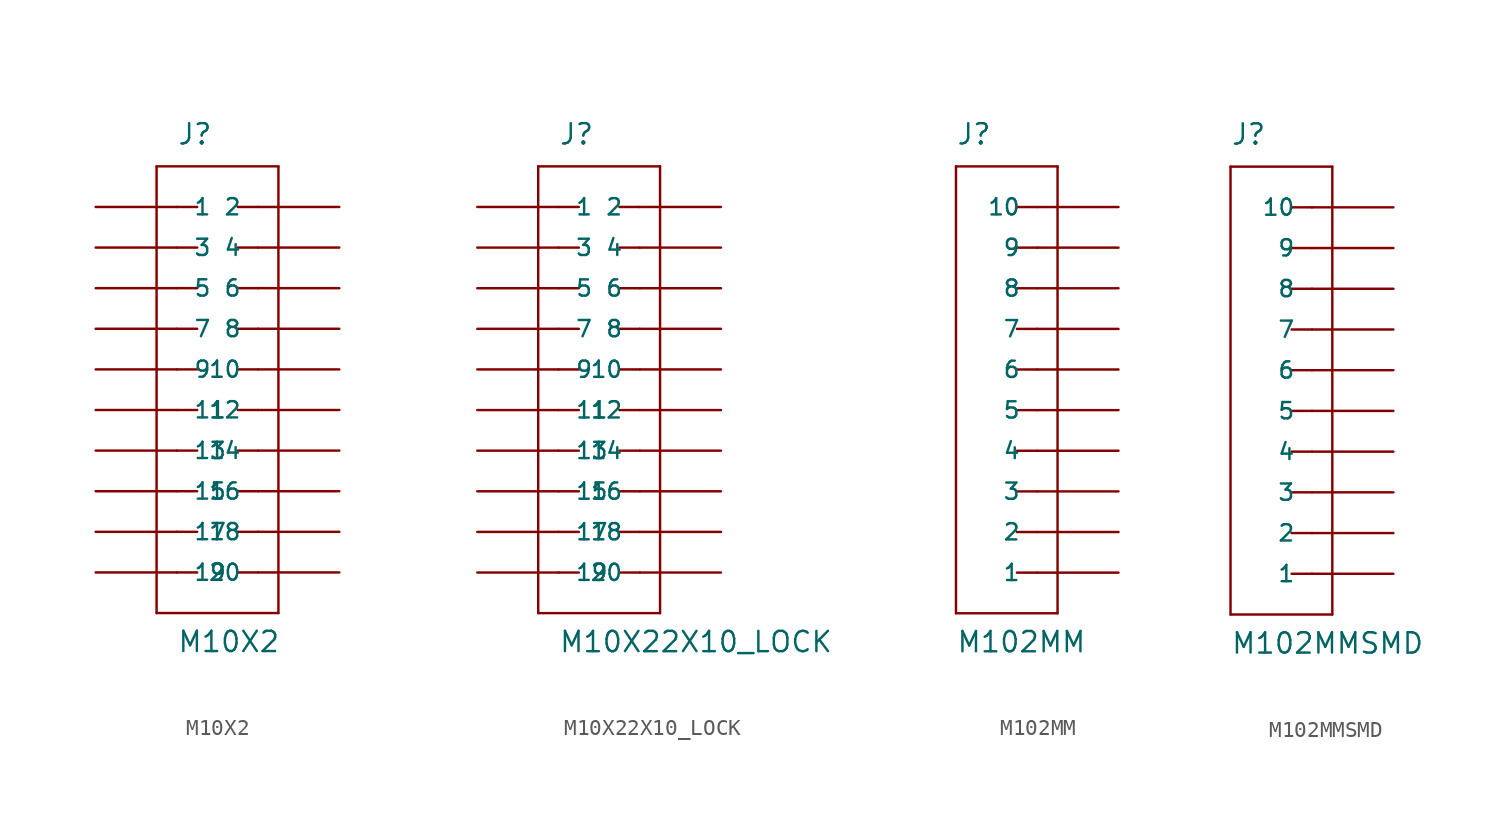
<source format=kicad_sym>
(kicad_symbol_lib
  (version 20211014)
  (generator kicad_symbol_editor)
  (symbol "M10X2"
    (pin_numbers hide)
    (pin_names
      (offset 1.016))
    (property "Reference" "J"
      (at -2.54 13.97 0)
      (effects (font (size 1.27 1.27)) (justify left bottom)))
    (property "Value" "M10X2"
      (at -2.54 -17.78 0)
      (effects (font (size 1.27 1.27)) (justify left bottom)))
    (property "Datasheet" ""
      (at 0 0 0)
      (effects (font (size 1.524 1.524))))
    (property "ki_locked" ""
      (at 0 0 0)
      (effects (font (size 1.27 1.27))))
    (symbol "M10X2_1_0"
      (polyline (pts (xy -3.81 12.7) (xy -3.81 -15.24)) (stroke (width 0) (type default) (color 0 0 0 0)) (fill (type none)))
      (polyline (pts (xy -3.81 12.7) (xy 3.81 12.7)) (stroke (width 0) (type default) (color 0 0 0 0)) (fill (type none)))
      (polyline (pts (xy -1.27 -12.7) (xy -2.54 -12.7)) (stroke (width 0) (type default) (color 0 0 0 0)) (fill (type none)))
      (polyline (pts (xy -1.27 -10.16) (xy -2.54 -10.16)) (stroke (width 0) (type default) (color 0 0 0 0)) (fill (type none)))
      (polyline (pts (xy -1.27 -7.62) (xy -2.54 -7.62)) (stroke (width 0) (type default) (color 0 0 0 0)) (fill (type none)))
      (polyline (pts (xy -1.27 -5.08) (xy -2.54 -5.08)) (stroke (width 0) (type default) (color 0 0 0 0)) (fill (type none)))
      (polyline (pts (xy -1.27 -2.54) (xy -2.54 -2.54)) (stroke (width 0) (type default) (color 0 0 0 0)) (fill (type none)))
      (polyline (pts (xy -1.27 0) (xy -2.54 0)) (stroke (width 0) (type default) (color 0 0 0 0)) (fill (type none)))
      (polyline (pts (xy -1.27 2.54) (xy -2.54 2.54)) (stroke (width 0) (type default) (color 0 0 0 0)) (fill (type none)))
      (polyline (pts (xy -1.27 5.08) (xy -2.54 5.08)) (stroke (width 0) (type default) (color 0 0 0 0)) (fill (type none)))
      (polyline (pts (xy -1.27 7.62) (xy -2.54 7.62)) (stroke (width 0) (type default) (color 0 0 0 0)) (fill (type none)))
      (polyline (pts (xy -1.27 10.16) (xy -2.54 10.16)) (stroke (width 0) (type default) (color 0 0 0 0)) (fill (type none)))
      (polyline (pts (xy 1.27 -12.7) (xy 2.54 -12.7)) (stroke (width 0) (type default) (color 0 0 0 0)) (fill (type none)))
      (polyline (pts (xy 1.27 -10.16) (xy 2.54 -10.16)) (stroke (width 0) (type default) (color 0 0 0 0)) (fill (type none)))
      (polyline (pts (xy 1.27 -7.62) (xy 2.54 -7.62)) (stroke (width 0) (type default) (color 0 0 0 0)) (fill (type none)))
      (polyline (pts (xy 1.27 -5.08) (xy 2.54 -5.08)) (stroke (width 0) (type default) (color 0 0 0 0)) (fill (type none)))
      (polyline (pts (xy 1.27 -2.54) (xy 2.54 -2.54)) (stroke (width 0) (type default) (color 0 0 0 0)) (fill (type none)))
      (polyline (pts (xy 1.27 0) (xy 2.54 0)) (stroke (width 0) (type default) (color 0 0 0 0)) (fill (type none)))
      (polyline (pts (xy 1.27 2.54) (xy 2.54 2.54)) (stroke (width 0) (type default) (color 0 0 0 0)) (fill (type none)))
      (polyline (pts (xy 1.27 5.08) (xy 2.54 5.08)) (stroke (width 0) (type default) (color 0 0 0 0)) (fill (type none)))
      (polyline (pts (xy 1.27 7.62) (xy 2.54 7.62)) (stroke (width 0) (type default) (color 0 0 0 0)) (fill (type none)))
      (polyline (pts (xy 1.27 10.16) (xy 2.54 10.16)) (stroke (width 0) (type default) (color 0 0 0 0)) (fill (type none)))
      (polyline (pts (xy 3.81 -15.24) (xy -3.81 -15.24)) (stroke (width 0) (type default) (color 0 0 0 0)) (fill (type none)))
      (polyline (pts (xy 3.81 -15.24) (xy 3.81 12.7)) (stroke (width 0) (type default) (color 0 0 0 0)) (fill (type none))))
    (symbol "M10X2_1_1"
      (pin passive line (at -7.62 10.16 0) (length 5.08) (name "1" (effects (font (size 1.016 1.016)))) (number "1" (effects (font (size 1.016 1.016)))))
      (pin passive line (at 7.62 0 180) (length 5.08) (name "10" (effects (font (size 1.016 1.016)))) (number "10" (effects (font (size 1.016 1.016)))))
      (pin passive line (at -7.62 -2.54 0) (length 5.08) (name "11" (effects (font (size 1.016 1.016)))) (number "11" (effects (font (size 1.016 1.016)))))
      (pin passive line (at 7.62 -2.54 180) (length 5.08) (name "12" (effects (font (size 1.016 1.016)))) (number "12" (effects (font (size 1.016 1.016)))))
      (pin passive line (at -7.62 -5.08 0) (length 5.08) (name "13" (effects (font (size 1.016 1.016)))) (number "13" (effects (font (size 1.016 1.016)))))
      (pin passive line (at 7.62 -5.08 180) (length 5.08) (name "14" (effects (font (size 1.016 1.016)))) (number "14" (effects (font (size 1.016 1.016)))))
      (pin passive line (at -7.62 -7.62 0) (length 5.08) (name "15" (effects (font (size 1.016 1.016)))) (number "15" (effects (font (size 1.016 1.016)))))
      (pin passive line (at 7.62 -7.62 180) (length 5.08) (name "16" (effects (font (size 1.016 1.016)))) (number "16" (effects (font (size 1.016 1.016)))))
      (pin passive line (at -7.62 -10.16 0) (length 5.08) (name "17" (effects (font (size 1.016 1.016)))) (number "17" (effects (font (size 1.016 1.016)))))
      (pin passive line (at 7.62 -10.16 180) (length 5.08) (name "18" (effects (font (size 1.016 1.016)))) (number "18" (effects (font (size 1.016 1.016)))))
      (pin passive line (at -7.62 -12.7 0) (length 5.08) (name "19" (effects (font (size 1.016 1.016)))) (number "19" (effects (font (size 1.016 1.016)))))
      (pin passive line (at 7.62 10.16 180) (length 5.08) (name "2" (effects (font (size 1.016 1.016)))) (number "2" (effects (font (size 1.016 1.016)))))
      (pin passive line (at 7.62 -12.7 180) (length 5.08) (name "20" (effects (font (size 1.016 1.016)))) (number "20" (effects (font (size 1.016 1.016)))))
      (pin passive line (at -7.62 7.62 0) (length 5.08) (name "3" (effects (font (size 1.016 1.016)))) (number "3" (effects (font (size 1.016 1.016)))))
      (pin passive line (at 7.62 7.62 180) (length 5.08) (name "4" (effects (font (size 1.016 1.016)))) (number "4" (effects (font (size 1.016 1.016)))))
      (pin passive line (at -7.62 5.08 0) (length 5.08) (name "5" (effects (font (size 1.016 1.016)))) (number "5" (effects (font (size 1.016 1.016)))))
      (pin passive line (at 7.62 5.08 180) (length 5.08) (name "6" (effects (font (size 1.016 1.016)))) (number "6" (effects (font (size 1.016 1.016)))))
      (pin passive line (at -7.62 2.54 0) (length 5.08) (name "7" (effects (font (size 1.016 1.016)))) (number "7" (effects (font (size 1.016 1.016)))))
      (pin passive line (at 7.62 2.54 180) (length 5.08) (name "8" (effects (font (size 1.016 1.016)))) (number "8" (effects (font (size 1.016 1.016)))))
      (pin passive line (at -7.62 0 0) (length 5.08) (name "9" (effects (font (size 1.016 1.016)))) (number "9" (effects (font (size 1.016 1.016)))))))
  (symbol "M10X22X10_LOCK"
    (pin_numbers hide)
    (pin_names
      (offset 1.016))
    (property "Reference" "J"
      (at -2.54 13.97 0)
      (effects (font (size 1.27 1.27)) (justify left bottom)))
    (property "Value" "M10X22X10_LOCK"
      (at -2.54 -17.78 0)
      (effects (font (size 1.27 1.27)) (justify left bottom)))
    (property "Datasheet" ""
      (at 0 0 0)
      (effects (font (size 1.524 1.524))))
    (property "ki_locked" ""
      (at 0 0 0)
      (effects (font (size 1.27 1.27))))
    (symbol "M10X22X10_LOCK_1_0"
      (polyline (pts (xy -3.81 12.7) (xy -3.81 -15.24)) (stroke (width 0) (type default) (color 0 0 0 0)) (fill (type none)))
      (polyline (pts (xy -3.81 12.7) (xy 3.81 12.7)) (stroke (width 0) (type default) (color 0 0 0 0)) (fill (type none)))
      (polyline (pts (xy -1.27 -12.7) (xy -2.54 -12.7)) (stroke (width 0) (type default) (color 0 0 0 0)) (fill (type none)))
      (polyline (pts (xy -1.27 -10.16) (xy -2.54 -10.16)) (stroke (width 0) (type default) (color 0 0 0 0)) (fill (type none)))
      (polyline (pts (xy -1.27 -7.62) (xy -2.54 -7.62)) (stroke (width 0) (type default) (color 0 0 0 0)) (fill (type none)))
      (polyline (pts (xy -1.27 -5.08) (xy -2.54 -5.08)) (stroke (width 0) (type default) (color 0 0 0 0)) (fill (type none)))
      (polyline (pts (xy -1.27 -2.54) (xy -2.54 -2.54)) (stroke (width 0) (type default) (color 0 0 0 0)) (fill (type none)))
      (polyline (pts (xy -1.27 0) (xy -2.54 0)) (stroke (width 0) (type default) (color 0 0 0 0)) (fill (type none)))
      (polyline (pts (xy -1.27 2.54) (xy -2.54 2.54)) (stroke (width 0) (type default) (color 0 0 0 0)) (fill (type none)))
      (polyline (pts (xy -1.27 5.08) (xy -2.54 5.08)) (stroke (width 0) (type default) (color 0 0 0 0)) (fill (type none)))
      (polyline (pts (xy -1.27 7.62) (xy -2.54 7.62)) (stroke (width 0) (type default) (color 0 0 0 0)) (fill (type none)))
      (polyline (pts (xy -1.27 10.16) (xy -2.54 10.16)) (stroke (width 0) (type default) (color 0 0 0 0)) (fill (type none)))
      (polyline (pts (xy 1.27 -12.7) (xy 2.54 -12.7)) (stroke (width 0) (type default) (color 0 0 0 0)) (fill (type none)))
      (polyline (pts (xy 1.27 -10.16) (xy 2.54 -10.16)) (stroke (width 0) (type default) (color 0 0 0 0)) (fill (type none)))
      (polyline (pts (xy 1.27 -7.62) (xy 2.54 -7.62)) (stroke (width 0) (type default) (color 0 0 0 0)) (fill (type none)))
      (polyline (pts (xy 1.27 -5.08) (xy 2.54 -5.08)) (stroke (width 0) (type default) (color 0 0 0 0)) (fill (type none)))
      (polyline (pts (xy 1.27 -2.54) (xy 2.54 -2.54)) (stroke (width 0) (type default) (color 0 0 0 0)) (fill (type none)))
      (polyline (pts (xy 1.27 0) (xy 2.54 0)) (stroke (width 0) (type default) (color 0 0 0 0)) (fill (type none)))
      (polyline (pts (xy 1.27 2.54) (xy 2.54 2.54)) (stroke (width 0) (type default) (color 0 0 0 0)) (fill (type none)))
      (polyline (pts (xy 1.27 5.08) (xy 2.54 5.08)) (stroke (width 0) (type default) (color 0 0 0 0)) (fill (type none)))
      (polyline (pts (xy 1.27 7.62) (xy 2.54 7.62)) (stroke (width 0) (type default) (color 0 0 0 0)) (fill (type none)))
      (polyline (pts (xy 1.27 10.16) (xy 2.54 10.16)) (stroke (width 0) (type default) (color 0 0 0 0)) (fill (type none)))
      (polyline (pts (xy 3.81 -15.24) (xy -3.81 -15.24)) (stroke (width 0) (type default) (color 0 0 0 0)) (fill (type none)))
      (polyline (pts (xy 3.81 -15.24) (xy 3.81 12.7)) (stroke (width 0) (type default) (color 0 0 0 0)) (fill (type none))))
    (symbol "M10X22X10_LOCK_1_1"
      (pin passive line (at -7.62 10.16 0) (length 5.08) (name "1" (effects (font (size 1.016 1.016)))) (number "1" (effects (font (size 1.016 1.016)))))
      (pin passive line (at 7.62 0 180) (length 5.08) (name "10" (effects (font (size 1.016 1.016)))) (number "10" (effects (font (size 1.016 1.016)))))
      (pin passive line (at -7.62 -2.54 0) (length 5.08) (name "11" (effects (font (size 1.016 1.016)))) (number "11" (effects (font (size 1.016 1.016)))))
      (pin passive line (at 7.62 -2.54 180) (length 5.08) (name "12" (effects (font (size 1.016 1.016)))) (number "12" (effects (font (size 1.016 1.016)))))
      (pin passive line (at -7.62 -5.08 0) (length 5.08) (name "13" (effects (font (size 1.016 1.016)))) (number "13" (effects (font (size 1.016 1.016)))))
      (pin passive line (at 7.62 -5.08 180) (length 5.08) (name "14" (effects (font (size 1.016 1.016)))) (number "14" (effects (font (size 1.016 1.016)))))
      (pin passive line (at -7.62 -7.62 0) (length 5.08) (name "15" (effects (font (size 1.016 1.016)))) (number "15" (effects (font (size 1.016 1.016)))))
      (pin passive line (at 7.62 -7.62 180) (length 5.08) (name "16" (effects (font (size 1.016 1.016)))) (number "16" (effects (font (size 1.016 1.016)))))
      (pin passive line (at -7.62 -10.16 0) (length 5.08) (name "17" (effects (font (size 1.016 1.016)))) (number "17" (effects (font (size 1.016 1.016)))))
      (pin passive line (at 7.62 -10.16 180) (length 5.08) (name "18" (effects (font (size 1.016 1.016)))) (number "18" (effects (font (size 1.016 1.016)))))
      (pin passive line (at -7.62 -12.7 0) (length 5.08) (name "19" (effects (font (size 1.016 1.016)))) (number "19" (effects (font (size 1.016 1.016)))))
      (pin passive line (at 7.62 10.16 180) (length 5.08) (name "2" (effects (font (size 1.016 1.016)))) (number "2" (effects (font (size 1.016 1.016)))))
      (pin passive line (at 7.62 -12.7 180) (length 5.08) (name "20" (effects (font (size 1.016 1.016)))) (number "20" (effects (font (size 1.016 1.016)))))
      (pin passive line (at -7.62 7.62 0) (length 5.08) (name "3" (effects (font (size 1.016 1.016)))) (number "3" (effects (font (size 1.016 1.016)))))
      (pin passive line (at 7.62 7.62 180) (length 5.08) (name "4" (effects (font (size 1.016 1.016)))) (number "4" (effects (font (size 1.016 1.016)))))
      (pin passive line (at -7.62 5.08 0) (length 5.08) (name "5" (effects (font (size 1.016 1.016)))) (number "5" (effects (font (size 1.016 1.016)))))
      (pin passive line (at 7.62 5.08 180) (length 5.08) (name "6" (effects (font (size 1.016 1.016)))) (number "6" (effects (font (size 1.016 1.016)))))
      (pin passive line (at -7.62 2.54 0) (length 5.08) (name "7" (effects (font (size 1.016 1.016)))) (number "7" (effects (font (size 1.016 1.016)))))
      (pin passive line (at 7.62 2.54 180) (length 5.08) (name "8" (effects (font (size 1.016 1.016)))) (number "8" (effects (font (size 1.016 1.016)))))
      (pin passive line (at -7.62 0 0) (length 5.08) (name "9" (effects (font (size 1.016 1.016)))) (number "9" (effects (font (size 1.016 1.016)))))))
  (symbol "M102MM"
    (pin_numbers hide)
    (pin_names
      (offset 1.016))
    (property "Reference" "J"
      (at 0 8.89 0)
      (effects (font (size 1.27 1.27)) (justify left bottom)))
    (property "Value" "M102MM"
      (at 0 -22.86 0)
      (effects (font (size 1.27 1.27)) (justify left bottom)))
    (property "Datasheet" ""
      (at 0 0 0)
      (effects (font (size 1.524 1.524))))
    (property "ki_locked" ""
      (at 0 0 0)
      (effects (font (size 1.27 1.27))))
    (symbol "M102MM_1_0"
      (polyline (pts (xy 0 7.62) (xy 0 -20.32)) (stroke (width 0) (type default) (color 0 0 0 0)) (fill (type none)))
      (polyline (pts (xy 0 7.62) (xy 6.35 7.62)) (stroke (width 0) (type default) (color 0 0 0 0)) (fill (type none)))
      (polyline (pts (xy 3.81 -17.78) (xy 5.08 -17.78)) (stroke (width 0) (type default) (color 0 0 0 0)) (fill (type none)))
      (polyline (pts (xy 3.81 -15.24) (xy 5.08 -15.24)) (stroke (width 0) (type default) (color 0 0 0 0)) (fill (type none)))
      (polyline (pts (xy 3.81 -12.7) (xy 5.08 -12.7)) (stroke (width 0) (type default) (color 0 0 0 0)) (fill (type none)))
      (polyline (pts (xy 3.81 -10.16) (xy 5.08 -10.16)) (stroke (width 0) (type default) (color 0 0 0 0)) (fill (type none)))
      (polyline (pts (xy 3.81 -7.62) (xy 5.08 -7.62)) (stroke (width 0) (type default) (color 0 0 0 0)) (fill (type none)))
      (polyline (pts (xy 3.81 -5.08) (xy 5.08 -5.08)) (stroke (width 0) (type default) (color 0 0 0 0)) (fill (type none)))
      (polyline (pts (xy 3.81 -2.54) (xy 5.08 -2.54)) (stroke (width 0) (type default) (color 0 0 0 0)) (fill (type none)))
      (polyline (pts (xy 3.81 0) (xy 5.08 0)) (stroke (width 0) (type default) (color 0 0 0 0)) (fill (type none)))
      (polyline (pts (xy 3.81 2.54) (xy 5.08 2.54)) (stroke (width 0) (type default) (color 0 0 0 0)) (fill (type none)))
      (polyline (pts (xy 3.81 5.08) (xy 5.08 5.08)) (stroke (width 0) (type default) (color 0 0 0 0)) (fill (type none)))
      (polyline (pts (xy 6.35 -20.32) (xy 0 -20.32)) (stroke (width 0) (type default) (color 0 0 0 0)) (fill (type none)))
      (polyline (pts (xy 6.35 -20.32) (xy 6.35 7.62)) (stroke (width 0) (type default) (color 0 0 0 0)) (fill (type none))))
    (symbol "M102MM_1_1"
      (pin passive line (at 10.16 -17.78 180) (length 5.08) (name "1" (effects (font (size 1.016 1.016)))) (number "1" (effects (font (size 1.016 1.016)))))
      (pin passive line (at 10.16 5.08 180) (length 5.08) (name "10" (effects (font (size 1.016 1.016)))) (number "10" (effects (font (size 1.016 1.016)))))
      (pin passive line (at 10.16 -15.24 180) (length 5.08) (name "2" (effects (font (size 1.016 1.016)))) (number "2" (effects (font (size 1.016 1.016)))))
      (pin passive line (at 10.16 -12.7 180) (length 5.08) (name "3" (effects (font (size 1.016 1.016)))) (number "3" (effects (font (size 1.016 1.016)))))
      (pin passive line (at 10.16 -10.16 180) (length 5.08) (name "4" (effects (font (size 1.016 1.016)))) (number "4" (effects (font (size 1.016 1.016)))))
      (pin passive line (at 10.16 -7.62 180) (length 5.08) (name "5" (effects (font (size 1.016 1.016)))) (number "5" (effects (font (size 1.016 1.016)))))
      (pin passive line (at 10.16 -5.08 180) (length 5.08) (name "6" (effects (font (size 1.016 1.016)))) (number "6" (effects (font (size 1.016 1.016)))))
      (pin passive line (at 10.16 -2.54 180) (length 5.08) (name "7" (effects (font (size 1.016 1.016)))) (number "7" (effects (font (size 1.016 1.016)))))
      (pin passive line (at 10.16 0 180) (length 5.08) (name "8" (effects (font (size 1.016 1.016)))) (number "8" (effects (font (size 1.016 1.016)))))
      (pin passive line (at 10.16 2.54 180) (length 5.08) (name "9" (effects (font (size 1.016 1.016)))) (number "9" (effects (font (size 1.016 1.016)))))))
  (symbol "M102MMSMD"
    (pin_numbers hide)
    (pin_names
      (offset 1.016))
    (property "Reference" "J"
      (at 0 8.89 0)
      (effects (font (size 1.27 1.27)) (justify left bottom)))
    (property "Value" "M102MMSMD"
      (at 0 -22.86 0)
      (effects (font (size 1.27 1.27)) (justify left bottom)))
    (property "Datasheet" ""
      (at 0 0 0)
      (effects (font (size 1.524 1.524))))
    (property "ki_locked" ""
      (at 0 0 0)
      (effects (font (size 1.27 1.27))))
    (symbol "M102MMSMD_1_0"
      (polyline (pts (xy 0 7.62) (xy 0 -20.32)) (stroke (width 0) (type default) (color 0 0 0 0)) (fill (type none)))
      (polyline (pts (xy 0 7.62) (xy 6.35 7.62)) (stroke (width 0) (type default) (color 0 0 0 0)) (fill (type none)))
      (polyline (pts (xy 3.81 -17.78) (xy 5.08 -17.78)) (stroke (width 0) (type default) (color 0 0 0 0)) (fill (type none)))
      (polyline (pts (xy 3.81 -15.24) (xy 5.08 -15.24)) (stroke (width 0) (type default) (color 0 0 0 0)) (fill (type none)))
      (polyline (pts (xy 3.81 -12.7) (xy 5.08 -12.7)) (stroke (width 0) (type default) (color 0 0 0 0)) (fill (type none)))
      (polyline (pts (xy 3.81 -10.16) (xy 5.08 -10.16)) (stroke (width 0) (type default) (color 0 0 0 0)) (fill (type none)))
      (polyline (pts (xy 3.81 -7.62) (xy 5.08 -7.62)) (stroke (width 0) (type default) (color 0 0 0 0)) (fill (type none)))
      (polyline (pts (xy 3.81 -5.08) (xy 5.08 -5.08)) (stroke (width 0) (type default) (color 0 0 0 0)) (fill (type none)))
      (polyline (pts (xy 3.81 -2.54) (xy 5.08 -2.54)) (stroke (width 0) (type default) (color 0 0 0 0)) (fill (type none)))
      (polyline (pts (xy 3.81 0) (xy 5.08 0)) (stroke (width 0) (type default) (color 0 0 0 0)) (fill (type none)))
      (polyline (pts (xy 3.81 2.54) (xy 5.08 2.54)) (stroke (width 0) (type default) (color 0 0 0 0)) (fill (type none)))
      (polyline (pts (xy 3.81 5.08) (xy 5.08 5.08)) (stroke (width 0) (type default) (color 0 0 0 0)) (fill (type none)))
      (polyline (pts (xy 6.35 -20.32) (xy 0 -20.32)) (stroke (width 0) (type default) (color 0 0 0 0)) (fill (type none)))
      (polyline (pts (xy 6.35 -20.32) (xy 6.35 7.62)) (stroke (width 0) (type default) (color 0 0 0 0)) (fill (type none))))
    (symbol "M102MMSMD_1_1"
      (pin passive line (at 10.16 -17.78 180) (length 5.08) (name "1" (effects (font (size 1.016 1.016)))) (number "1" (effects (font (size 1.016 1.016)))))
      (pin passive line (at 10.16 5.08 180) (length 5.08) (name "10" (effects (font (size 1.016 1.016)))) (number "10" (effects (font (size 1.016 1.016)))))
      (pin passive line (at 10.16 -15.24 180) (length 5.08) (name "2" (effects (font (size 1.016 1.016)))) (number "2" (effects (font (size 1.016 1.016)))))
      (pin passive line (at 10.16 -12.7 180) (length 5.08) (name "3" (effects (font (size 1.016 1.016)))) (number "3" (effects (font (size 1.016 1.016)))))
      (pin passive line (at 10.16 -10.16 180) (length 5.08) (name "4" (effects (font (size 1.016 1.016)))) (number "4" (effects (font (size 1.016 1.016)))))
      (pin passive line (at 10.16 -7.62 180) (length 5.08) (name "5" (effects (font (size 1.016 1.016)))) (number "5" (effects (font (size 1.016 1.016)))))
      (pin passive line (at 10.16 -5.08 180) (length 5.08) (name "6" (effects (font (size 1.016 1.016)))) (number "6" (effects (font (size 1.016 1.016)))))
      (pin passive line (at 10.16 -2.54 180) (length 5.08) (name "7" (effects (font (size 1.016 1.016)))) (number "7" (effects (font (size 1.016 1.016)))))
      (pin passive line (at 10.16 0 180) (length 5.08) (name "8" (effects (font (size 1.016 1.016)))) (number "8" (effects (font (size 1.016 1.016)))))
      (pin passive line (at 10.16 2.54 180) (length 5.08) (name "9" (effects (font (size 1.016 1.016)))) (number "9" (effects (font (size 1.016 1.016))))))))
</source>
